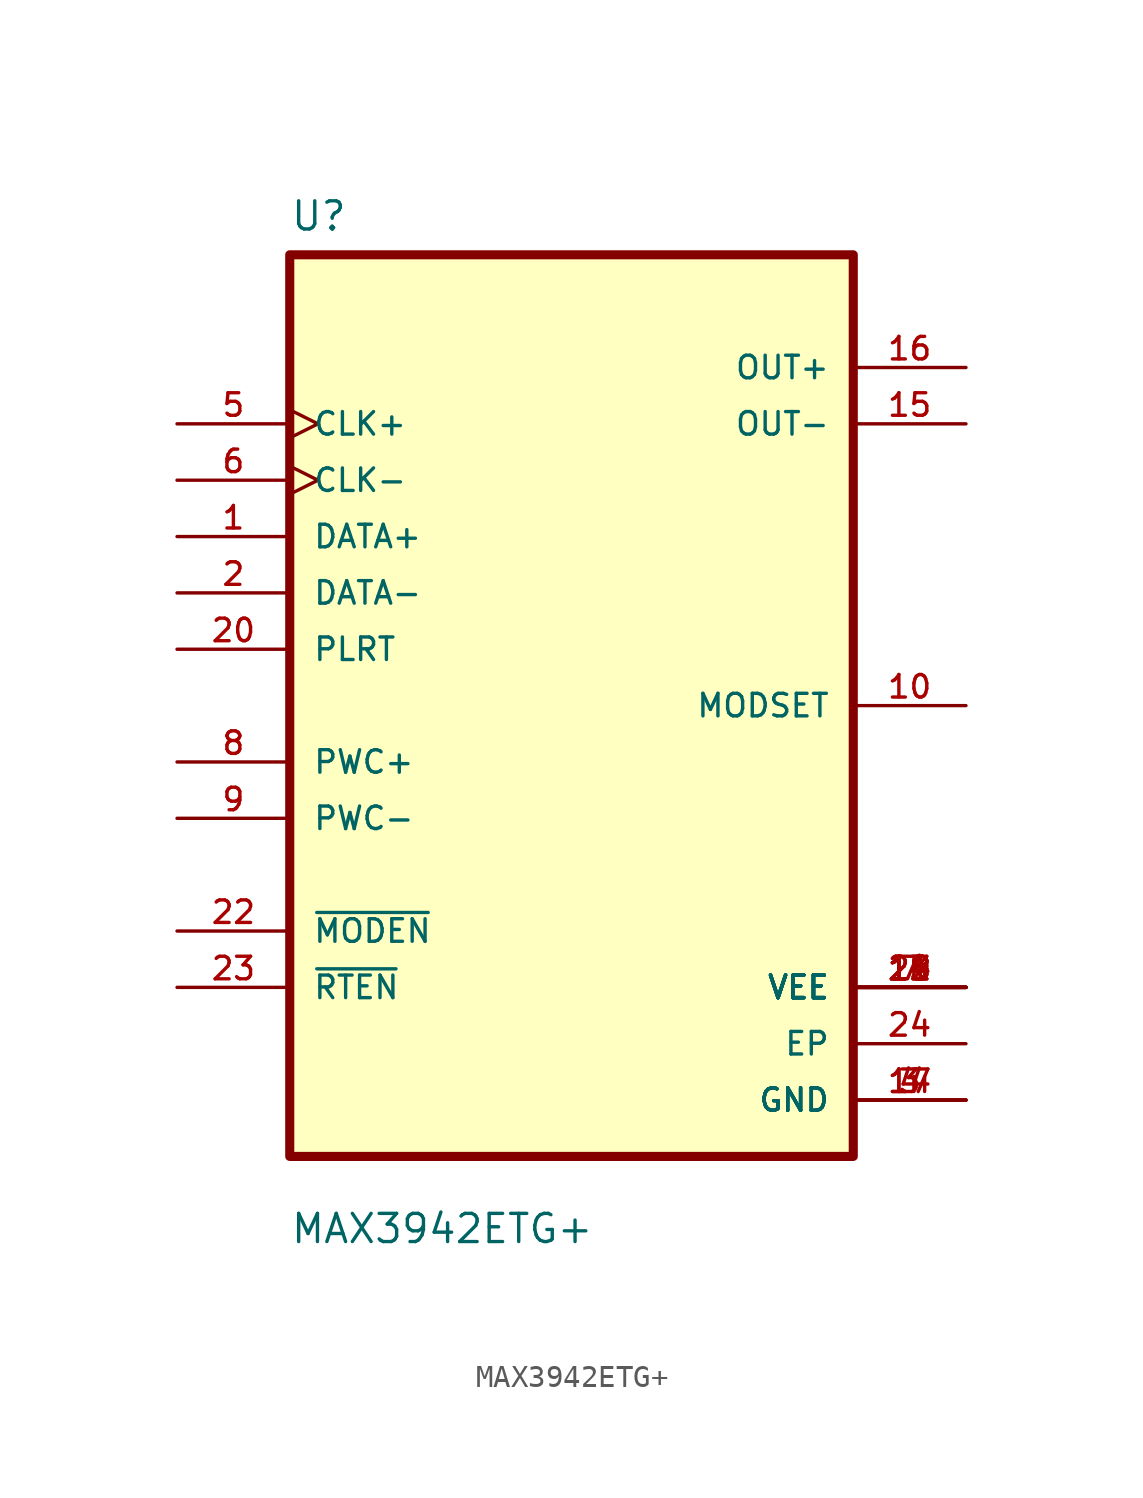
<source format=kicad_sym>
(kicad_symbol_lib
  (version 20211014)
  (generator kicad_symbol_editor)
  (symbol "MAX3942ETG+"
    (pin_names
      (offset 1.016))
    (property "Reference" "U"
      (at -12.7 21.32 0.0)
      (effects (font (size 1.27 1.27)) (justify bottom left)))
    (property "Value" "MAX3942ETG+"
      (at -12.7 -24.32 0.0)
      (effects (font (size 1.27 1.27)) (justify bottom left)))
    (symbol "MAX3942ETG+_0_0"
      (rectangle (start -12.7 -20.32) (end 12.7 20.32) (stroke (width 0.41)) (fill (type background)))
      (pin input line (at -17.78 -10.16 0) (length 5.08) (name "~{MODEN}" (effects (font (size 1.016 1.016)))) (number "22" (effects (font (size 1.016 1.016)))))
      (pin input line (at -17.78 -12.7 0) (length 5.08) (name "~{RTEN}" (effects (font (size 1.016 1.016)))) (number "23" (effects (font (size 1.016 1.016)))))
      (pin input clock (at -17.78 12.7 0) (length 5.08) (name "CLK+" (effects (font (size 1.016 1.016)))) (number "5" (effects (font (size 1.016 1.016)))))
      (pin input clock (at -17.78 10.16 0) (length 5.08) (name "CLK-" (effects (font (size 1.016 1.016)))) (number "6" (effects (font (size 1.016 1.016)))))
      (pin input line (at -17.78 7.62 0) (length 5.08) (name "DATA+" (effects (font (size 1.016 1.016)))) (number "1" (effects (font (size 1.016 1.016)))))
      (pin input line (at -17.78 5.08 0) (length 5.08) (name "DATA-" (effects (font (size 1.016 1.016)))) (number "2" (effects (font (size 1.016 1.016)))))
      (pin input line (at -17.78 2.54 0) (length 5.08) (name "PLRT" (effects (font (size 1.016 1.016)))) (number "20" (effects (font (size 1.016 1.016)))))
      (pin input line (at -17.78 -2.54 0) (length 5.08) (name "PWC+" (effects (font (size 1.016 1.016)))) (number "8" (effects (font (size 1.016 1.016)))))
      (pin input line (at -17.78 -5.08 0) (length 5.08) (name "PWC-" (effects (font (size 1.016 1.016)))) (number "9" (effects (font (size 1.016 1.016)))))
      (pin output line (at 17.78 0.0 180.0) (length 5.08) (name "MODSET" (effects (font (size 1.016 1.016)))) (number "10" (effects (font (size 1.016 1.016)))))
      (pin output line (at 17.78 15.24 180.0) (length 5.08) (name "OUT+" (effects (font (size 1.016 1.016)))) (number "16" (effects (font (size 1.016 1.016)))))
      (pin output line (at 17.78 12.7 180.0) (length 5.08) (name "OUT-" (effects (font (size 1.016 1.016)))) (number "15" (effects (font (size 1.016 1.016)))))
      (pin power_in line (at 17.78 -12.7 180.0) (length 5.08) (name "VEE" (effects (font (size 1.016 1.016)))) (number "7" (effects (font (size 1.016 1.016)))))
      (pin power_in line (at 17.78 -12.7 180.0) (length 5.08) (name "VEE" (effects (font (size 1.016 1.016)))) (number "11" (effects (font (size 1.016 1.016)))))
      (pin power_in line (at 17.78 -12.7 180.0) (length 5.08) (name "VEE" (effects (font (size 1.016 1.016)))) (number "12" (effects (font (size 1.016 1.016)))))
      (pin power_in line (at 17.78 -12.7 180.0) (length 5.08) (name "VEE" (effects (font (size 1.016 1.016)))) (number "13" (effects (font (size 1.016 1.016)))))
      (pin power_in line (at 17.78 -12.7 180.0) (length 5.08) (name "VEE" (effects (font (size 1.016 1.016)))) (number "18" (effects (font (size 1.016 1.016)))))
      (pin power_in line (at 17.78 -12.7 180.0) (length 5.08) (name "VEE" (effects (font (size 1.016 1.016)))) (number "19" (effects (font (size 1.016 1.016)))))
      (pin power_in line (at 17.78 -12.7 180.0) (length 5.08) (name "VEE" (effects (font (size 1.016 1.016)))) (number "21" (effects (font (size 1.016 1.016)))))
      (pin power_in line (at 17.78 -12.7 180.0) (length 5.08) (name "VEE" (effects (font (size 1.016 1.016)))) (number "24" (effects (font (size 1.016 1.016)))))
      (pin power_in line (at 17.78 -15.24 180.0) (length 5.08) (name "EP" (effects (font (size 1.016 1.016)))) (number "24" (effects (font (size 1.016 1.016)))))
      (pin power_in line (at 17.78 -17.78 180.0) (length 5.08) (name "GND" (effects (font (size 1.016 1.016)))) (number "3" (effects (font (size 1.016 1.016)))))
      (pin power_in line (at 17.78 -17.78 180.0) (length 5.08) (name "GND" (effects (font (size 1.016 1.016)))) (number "4" (effects (font (size 1.016 1.016)))))
      (pin power_in line (at 17.78 -17.78 180.0) (length 5.08) (name "GND" (effects (font (size 1.016 1.016)))) (number "14" (effects (font (size 1.016 1.016)))))
      (pin power_in line (at 17.78 -17.78 180.0) (length 5.08) (name "GND" (effects (font (size 1.016 1.016)))) (number "17" (effects (font (size 1.016 1.016))))))))
</source>
